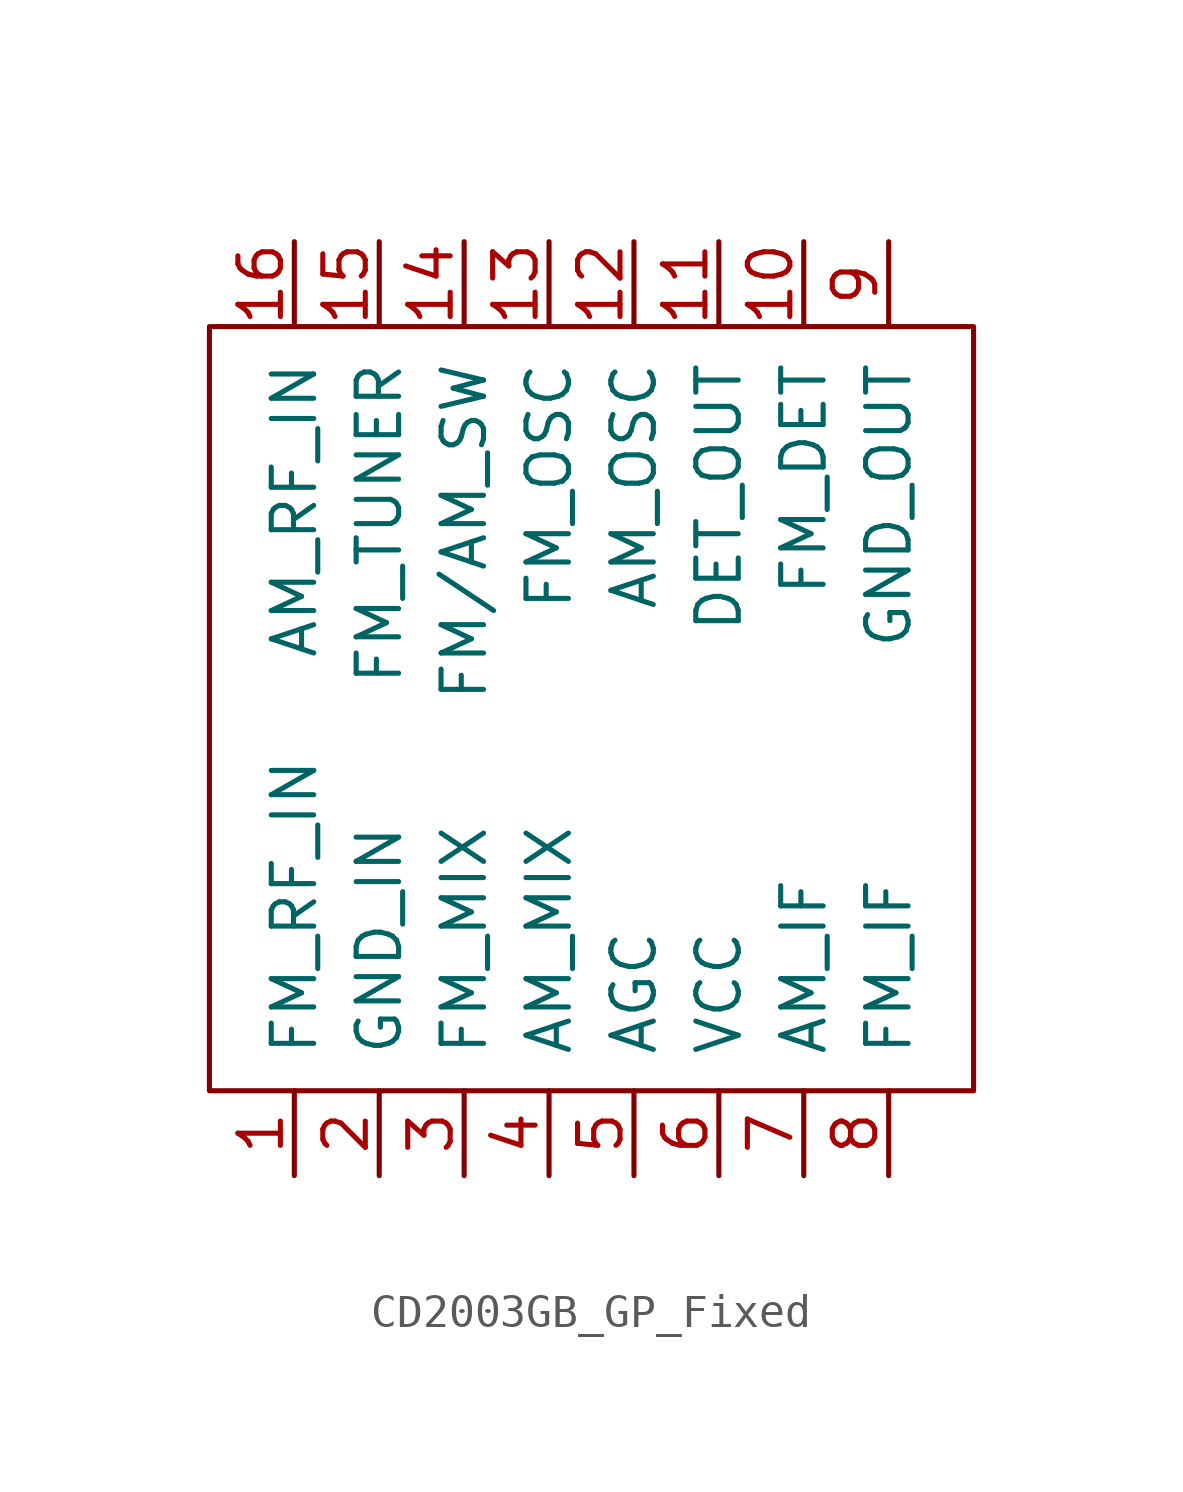
<source format=kicad_sym>
(kicad_symbol_lib
  (version 20231120)
  (generator "kicad_symbol_editor")
  (generator_version "8.0")
  (symbol "CD2003GB_GP_Fixed"
    (pin_names
      (offset 1.016))
    (property "Reference" "U1"
      (at -7.62 -13.97 90)
      (effects (font (size 1.27 1.27)) (hide yes)))
    (symbol "CD2003GB_GP_Fixed_0_1"
      (rectangle (start -11.43 17.78) (end 11.43 -5.08) (stroke (width 0) (type solid)) (fill (type none))))
    (symbol "CD2003GB_GP_Fixed_1_1"
      (pin input line (at -8.89 -7.62 90) (length 2.54) (name "FM_RF_IN" (effects (font (size 1.27 1.27)))) (number "1" (effects (font (size 1.27 1.27)))))
      (pin input line (at 6.35 20.32 270) (length 2.54) (name "FM_DET" (effects (font (size 1.27 1.27)))) (number "10" (effects (font (size 1.27 1.27)))))
      (pin input line (at 3.81 20.32 270) (length 2.54) (name "DET_OUT" (effects (font (size 1.27 1.27)))) (number "11" (effects (font (size 1.27 1.27)))))
      (pin input line (at 1.27 20.32 270) (length 2.54) (name "AM_OSC" (effects (font (size 1.27 1.27)))) (number "12" (effects (font (size 1.27 1.27)))))
      (pin input line (at -1.27 20.32 270) (length 2.54) (name "FM_OSC" (effects (font (size 1.27 1.27)))) (number "13" (effects (font (size 1.27 1.27)))))
      (pin input line (at -3.81 20.32 270) (length 2.54) (name "FM/AM_SW" (effects (font (size 1.27 1.27)))) (number "14" (effects (font (size 1.27 1.27)))))
      (pin input line (at -6.35 20.32 270) (length 2.54) (name "FM_TUNER" (effects (font (size 1.27 1.27)))) (number "15" (effects (font (size 1.27 1.27)))))
      (pin input line (at -8.89 20.32 270) (length 2.54) (name "AM_RF_IN" (effects (font (size 1.27 1.27)))) (number "16" (effects (font (size 1.27 1.27)))))
      (pin input line (at -6.35 -7.62 90) (length 2.54) (name "GND_IN" (effects (font (size 1.27 1.27)))) (number "2" (effects (font (size 1.27 1.27)))))
      (pin input line (at -3.81 -7.62 90) (length 2.54) (name "FM_MIX" (effects (font (size 1.27 1.27)))) (number "3" (effects (font (size 1.27 1.27)))))
      (pin input line (at -1.27 -7.62 90) (length 2.54) (name "AM_MIX" (effects (font (size 1.27 1.27)))) (number "4" (effects (font (size 1.27 1.27)))))
      (pin passive line (at 1.27 -7.62 90) (length 2.54) (name "AGC" (effects (font (size 1.27 1.27)))) (number "5" (effects (font (size 1.27 1.27)))))
      (pin input line (at 3.81 -7.62 90) (length 2.54) (name "VCC" (effects (font (size 1.27 1.27)))) (number "6" (effects (font (size 1.27 1.27)))))
      (pin input line (at 6.35 -7.62 90) (length 2.54) (name "AM_IF" (effects (font (size 1.27 1.27)))) (number "7" (effects (font (size 1.27 1.27)))))
      (pin input line (at 8.89 -7.62 90) (length 2.54) (name "FM_IF" (effects (font (size 1.27 1.27)))) (number "8" (effects (font (size 1.27 1.27)))))
      (pin input line (at 8.89 20.32 270) (length 2.54) (name "GND_OUT" (effects (font (size 1.27 1.27)))) (number "9" (effects (font (size 1.27 1.27))))))))
</source>
